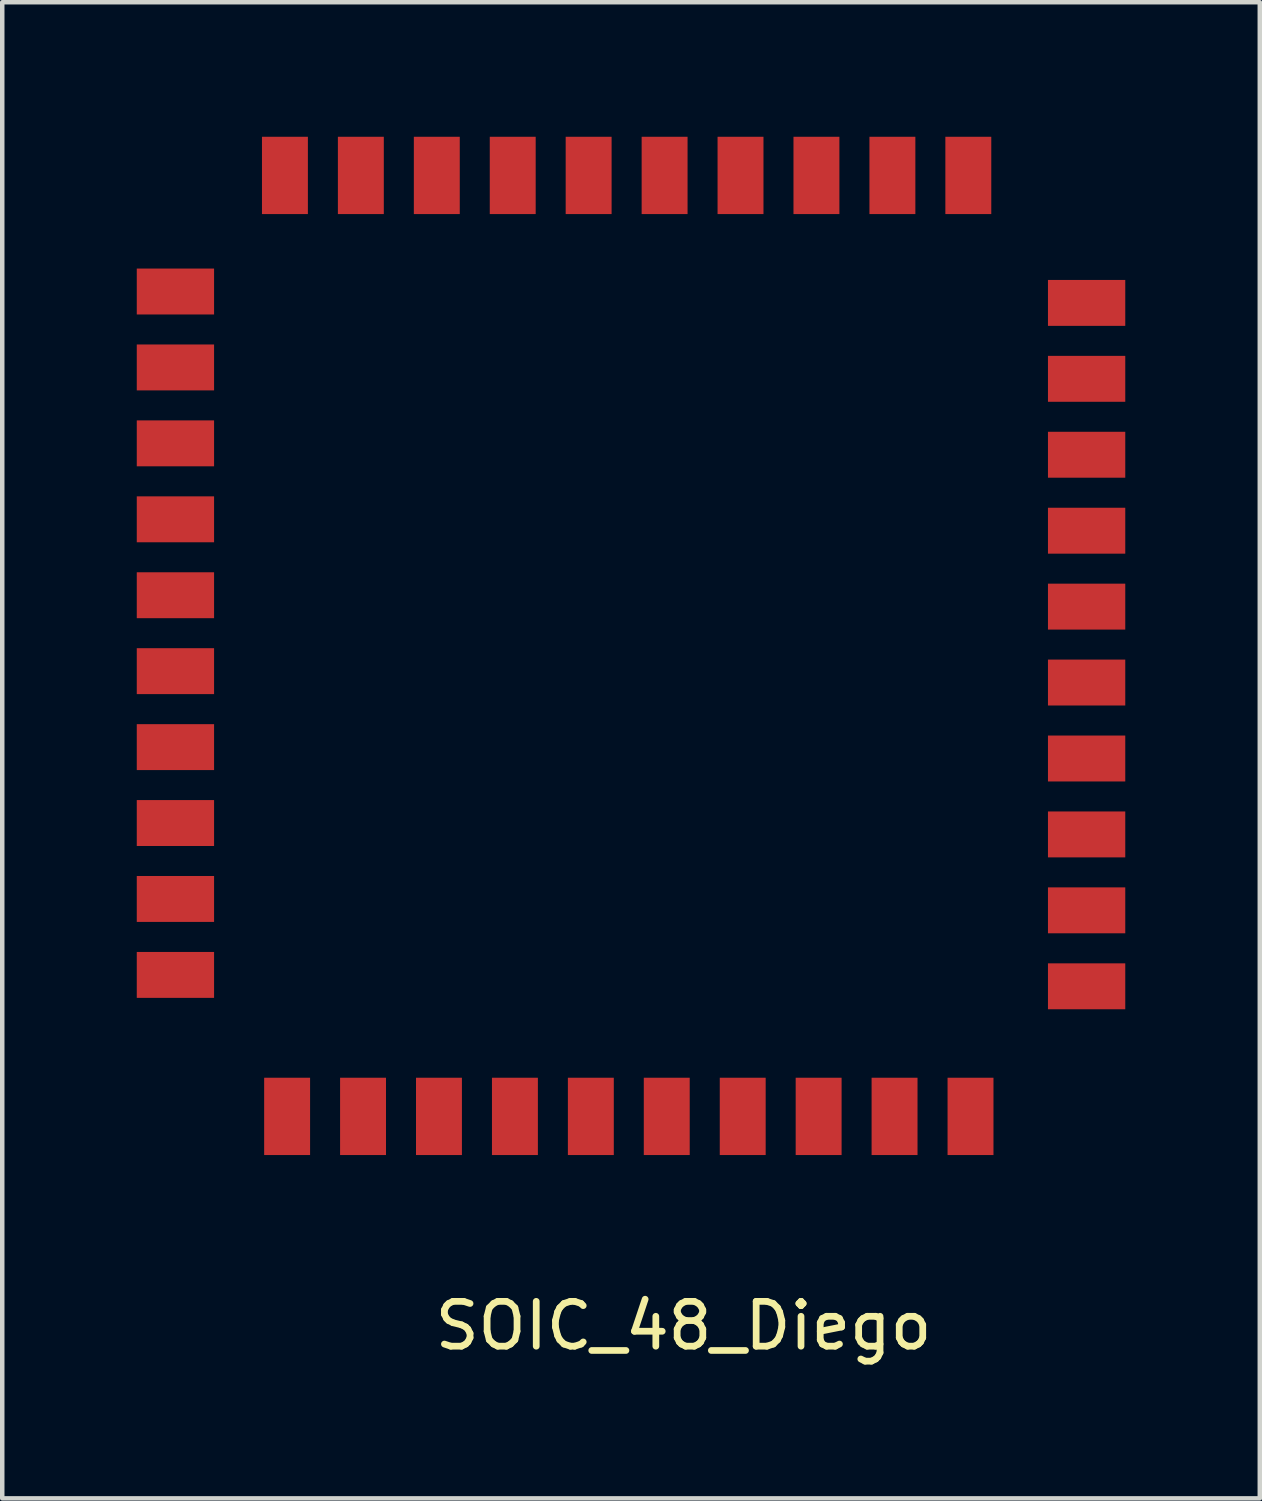
<source format=kicad_pcb>
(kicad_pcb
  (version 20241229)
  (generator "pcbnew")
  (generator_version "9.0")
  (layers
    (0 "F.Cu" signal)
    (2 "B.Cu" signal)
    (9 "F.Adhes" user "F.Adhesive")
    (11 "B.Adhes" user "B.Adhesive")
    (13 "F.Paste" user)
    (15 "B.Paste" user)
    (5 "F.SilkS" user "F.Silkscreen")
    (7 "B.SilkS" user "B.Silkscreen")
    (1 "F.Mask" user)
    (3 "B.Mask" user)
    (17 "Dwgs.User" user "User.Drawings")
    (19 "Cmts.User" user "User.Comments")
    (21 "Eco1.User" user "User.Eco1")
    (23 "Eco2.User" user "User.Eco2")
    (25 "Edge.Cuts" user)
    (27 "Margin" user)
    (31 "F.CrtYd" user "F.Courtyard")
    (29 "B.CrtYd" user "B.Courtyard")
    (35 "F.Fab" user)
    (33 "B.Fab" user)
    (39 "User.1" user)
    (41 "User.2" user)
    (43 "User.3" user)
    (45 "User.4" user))
  (footprint "SOIC_48_Diego"
    (layer "F.Cu")
    (at 12.194 11.022)
    (property "Reference" "SOIC_48_Diego" (at 0 15.494 0) (layer "F.SilkS") (effects (font (size 1 1) (thickness 0.15))))
    (attr through_hole)
    (pad "1" smd rect (at -11.332 -7.571 180) (size 1.724 1.024) (layers "F.Cu" "F.Mask" "F.Paste"))
    (pad "2" smd rect (at -11.332 -5.878 180) (size 1.724 1.024) (layers "F.Cu" "F.Mask" "F.Paste"))
    (pad "3" smd rect (at -11.332 -4.185 180) (size 1.724 1.024) (layers "F.Cu" "F.Mask" "F.Paste"))
    (pad "4" smd rect (at -11.332 -2.491 180) (size 1.724 1.024) (layers "F.Cu" "F.Mask" "F.Paste"))
    (pad "5" smd rect (at -11.332 -0.798 180) (size 1.724 1.024) (layers "F.Cu" "F.Mask" "F.Paste"))
    (pad "6" smd rect (at -11.332 0.895 180) (size 1.724 1.024) (layers "F.Cu" "F.Mask" "F.Paste"))
    (pad "7" smd rect (at -11.332 2.589 180) (size 1.724 1.024) (layers "F.Cu" "F.Mask" "F.Paste"))
    (pad "8" smd rect (at -11.332 4.282 180) (size 1.724 1.024) (layers "F.Cu" "F.Mask" "F.Paste"))
    (pad "9" smd rect (at -11.332 5.975 180) (size 1.724 1.024) (layers "F.Cu" "F.Mask" "F.Paste"))
    (pad "10" smd rect (at -11.332 7.669 180) (size 1.724 1.024) (layers "F.Cu" "F.Mask" "F.Paste"))
    (pad "11" smd rect (at -8.841 10.824 270) (size 1.724 1.024) (layers "F.Cu" "F.Mask" "F.Paste"))
    (pad "12" smd rect (at -7.148 10.824 270) (size 1.724 1.024) (layers "F.Cu" "F.Mask" "F.Paste"))
    (pad "13" smd rect (at -5.455 10.824 270) (size 1.724 1.024) (layers "F.Cu" "F.Mask" "F.Paste"))
    (pad "14" smd rect (at -3.761 10.824 270) (size 1.724 1.024) (layers "F.Cu" "F.Mask" "F.Paste"))
    (pad "15" smd rect (at -2.068 10.824 270) (size 1.724 1.024) (layers "F.Cu" "F.Mask" "F.Paste"))
    (pad "16" smd rect (at -0.375 10.824 270) (size 1.724 1.024) (layers "F.Cu" "F.Mask" "F.Paste"))
    (pad "17" smd rect (at 1.319 10.824 270) (size 1.724 1.024) (layers "F.Cu" "F.Mask" "F.Paste"))
    (pad "18" smd rect (at 3.012 10.824 270) (size 1.724 1.024) (layers "F.Cu" "F.Mask" "F.Paste"))
    (pad "19" smd rect (at 4.705 10.824 270) (size 1.724 1.024) (layers "F.Cu" "F.Mask" "F.Paste"))
    (pad "20" smd rect (at 6.399 10.824 270) (size 1.724 1.024) (layers "F.Cu" "F.Mask" "F.Paste"))
    (pad "21" smd rect (at 8.988 7.923 180) (size 1.724 1.024) (layers "F.Cu" "F.Mask" "F.Paste"))
    (pad "22" smd rect (at 8.988 6.229 180) (size 1.724 1.024) (layers "F.Cu" "F.Mask" "F.Paste"))
    (pad "23" smd rect (at 8.988 4.536 180) (size 1.724 1.024) (layers "F.Cu" "F.Mask" "F.Paste"))
    (pad "24" smd rect (at 8.988 2.843 180) (size 1.724 1.024) (layers "F.Cu" "F.Mask" "F.Paste"))
    (pad "25" smd rect (at 8.988 1.149 180) (size 1.724 1.024) (layers "F.Cu" "F.Mask" "F.Paste"))
    (pad "26" smd rect (at 8.988 -0.544 180) (size 1.724 1.024) (layers "F.Cu" "F.Mask" "F.Paste"))
    (pad "27" smd rect (at 8.988 -2.237 180) (size 1.724 1.024) (layers "F.Cu" "F.Mask" "F.Paste"))
    (pad "28" smd rect (at 8.988 -3.931 180) (size 1.724 1.024) (layers "F.Cu" "F.Mask" "F.Paste"))
    (pad "29" smd rect (at 8.988 -5.624 180) (size 1.724 1.024) (layers "F.Cu" "F.Mask" "F.Paste"))
    (pad "30" smd rect (at 8.988 -7.317 180) (size 1.724 1.024) (layers "F.Cu" "F.Mask" "F.Paste"))
    (pad "31" smd rect (at 6.35 -10.16 90) (size 1.724 1.024) (layers "F.Cu" "F.Mask" "F.Paste"))
    (pad "32" smd rect (at 4.657 -10.16 90) (size 1.724 1.024) (layers "F.Cu" "F.Mask" "F.Paste"))
    (pad "33" smd rect (at 2.963 -10.16 90) (size 1.724 1.024) (layers "F.Cu" "F.Mask" "F.Paste"))
    (pad "34" smd rect (at 1.27 -10.16 90) (size 1.724 1.024) (layers "F.Cu" "F.Mask" "F.Paste"))
    (pad "35" smd rect (at -0.423 -10.16 90) (size 1.724 1.024) (layers "F.Cu" "F.Mask" "F.Paste"))
    (pad "36" smd rect (at -2.117 -10.16 90) (size 1.724 1.024) (layers "F.Cu" "F.Mask" "F.Paste"))
    (pad "37" smd rect (at -3.81 -10.16 90) (size 1.724 1.024) (layers "F.Cu" "F.Mask" "F.Paste"))
    (pad "38" smd rect (at -5.503 -10.16 90) (size 1.724 1.024) (layers "F.Cu" "F.Mask" "F.Paste"))
    (pad "39" smd rect (at -7.197 -10.16 90) (size 1.724 1.024) (layers "F.Cu" "F.Mask" "F.Paste"))
    (pad "40" smd rect (at -8.89 -10.16 90) (size 1.724 1.024) (layers "F.Cu" "F.Mask" "F.Paste")))
  (gr_rect
    (start -3 -3)
    (end 25.044 30.364)
    (stroke (width 0.1) (type default))
    (fill no)
    (layer "Edge.Cuts")))
</source>
